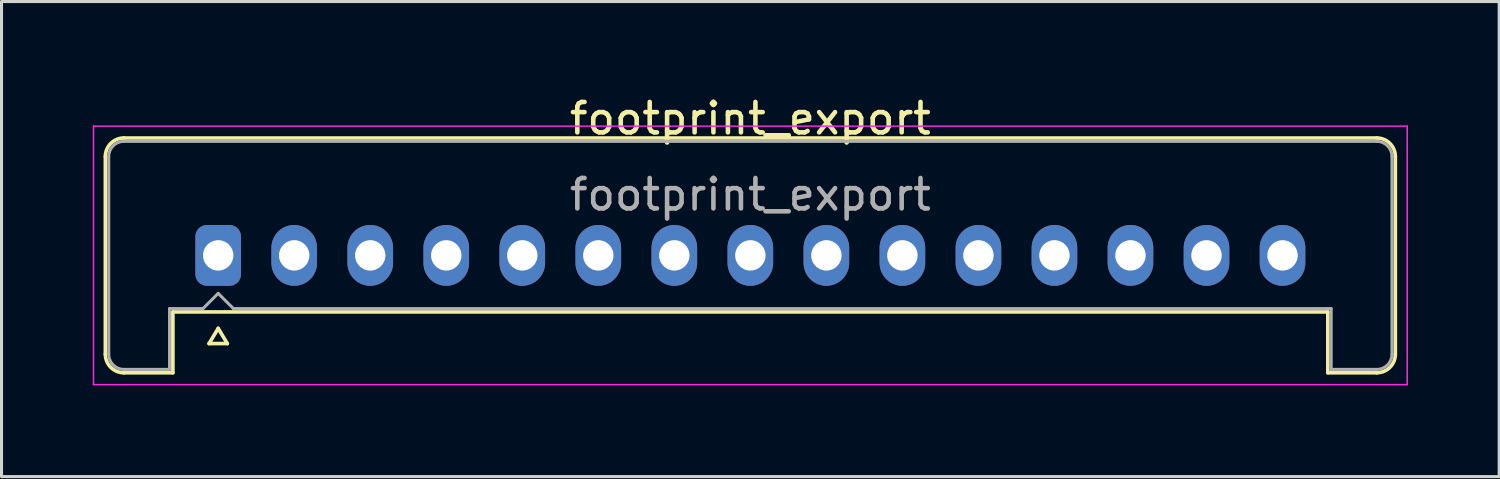
<source format=kicad_pcb>
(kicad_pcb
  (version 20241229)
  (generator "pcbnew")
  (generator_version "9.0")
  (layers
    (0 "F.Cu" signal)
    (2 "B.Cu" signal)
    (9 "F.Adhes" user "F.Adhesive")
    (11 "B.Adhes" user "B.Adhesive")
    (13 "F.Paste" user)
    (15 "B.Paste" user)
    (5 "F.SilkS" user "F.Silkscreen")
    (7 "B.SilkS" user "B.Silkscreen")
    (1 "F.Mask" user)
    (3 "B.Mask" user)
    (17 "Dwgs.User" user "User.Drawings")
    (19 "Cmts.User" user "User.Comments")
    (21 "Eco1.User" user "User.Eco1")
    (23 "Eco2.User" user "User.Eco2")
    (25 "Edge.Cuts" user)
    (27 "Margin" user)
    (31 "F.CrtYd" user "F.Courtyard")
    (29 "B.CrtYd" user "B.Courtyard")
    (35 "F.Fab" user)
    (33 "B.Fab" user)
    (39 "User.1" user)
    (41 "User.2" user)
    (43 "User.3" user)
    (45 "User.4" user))
  (footprint "footprint_export"
    (layer "F.Cu")
    (at 4.125 5.348)
    (property "Reference" "footprint_export" (at 17.5 -4.5 0) (layer "F.SilkS") (effects (font (size 1 1) (thickness 0.15))))
    (attr through_hole)
    (fp_line (start -3.71 -3.25) (end -3.71 3.25) (stroke (width 0.12) (type solid)) (layer "F.SilkS"))
    (fp_line (start -3.1 -3.86) (end 38.1 -3.86) (stroke (width 0.12) (type solid)) (layer "F.SilkS"))
    (fp_line (start -3.1 3.86) (end -1.49 3.86) (stroke (width 0.12) (type solid)) (layer "F.SilkS"))
    (fp_line (start -1.49 1.86) (end 36.49 1.86) (stroke (width 0.12) (type solid)) (layer "F.SilkS"))
    (fp_line (start -1.49 3.86) (end -1.49 1.86) (stroke (width 0.12) (type solid)) (layer "F.SilkS"))
    (fp_line (start -0.3 2.9) (end 0.3 2.9) (stroke (width 0.12) (type solid)) (layer "F.SilkS"))
    (fp_line (start 0 2.4) (end -0.3 2.9) (stroke (width 0.12) (type solid)) (layer "F.SilkS"))
    (fp_line (start 0.3 2.9) (end 0 2.4) (stroke (width 0.12) (type solid)) (layer "F.SilkS"))
    (fp_line (start 36.49 3.86) (end 36.49 1.86) (stroke (width 0.12) (type solid)) (layer "F.SilkS"))
    (fp_line (start 38.1 3.86) (end 36.49 3.86) (stroke (width 0.12) (type solid)) (layer "F.SilkS"))
    (fp_line (start 38.71 -3.25) (end 38.71 3.25) (stroke (width 0.12) (type solid)) (layer "F.SilkS"))
    (fp_arc (start -3.71 -3.25) (mid -3.531335 -3.681335) (end -3.1 -3.86) (stroke (width 0.12) (type solid)) (layer "F.SilkS"))
    (fp_arc (start -3.1 3.86) (mid -3.531335 3.681335) (end -3.71 3.25) (stroke (width 0.12) (type solid)) (layer "F.SilkS"))
    (fp_arc (start 38.1 -3.86) (mid 38.531335 -3.681335) (end 38.71 -3.25) (stroke (width 0.12) (type solid)) (layer "F.SilkS"))
    (fp_arc (start 38.71 3.25) (mid 38.531335 3.681335) (end 38.1 3.86) (stroke (width 0.12) (type solid)) (layer "F.SilkS"))
    (fp_line (start -4.1 -4.25) (end -4.1 4.25) (stroke (width 0.05) (type solid)) (layer "F.CrtYd"))
    (fp_line (start -4.1 4.25) (end 39.1 4.25) (stroke (width 0.05) (type solid)) (layer "F.CrtYd"))
    (fp_line (start 39.1 -4.25) (end -4.1 -4.25) (stroke (width 0.05) (type solid)) (layer "F.CrtYd"))
    (fp_line (start 39.1 4.25) (end 39.1 -4.25) (stroke (width 0.05) (type solid)) (layer "F.CrtYd"))
    (fp_line (start -3.6 -3.25) (end -3.6 3.25) (stroke (width 0.1) (type solid)) (layer "F.Fab"))
    (fp_line (start -3.1 -3.75) (end 38.1 -3.75) (stroke (width 0.1) (type solid)) (layer "F.Fab"))
    (fp_line (start -3.1 3.75) (end -1.6 3.75) (stroke (width 0.1) (type solid)) (layer "F.Fab"))
    (fp_line (start -1.6 1.75) (end -0.5 1.75) (stroke (width 0.1) (type solid)) (layer "F.Fab"))
    (fp_line (start -1.6 3.75) (end -1.6 1.75) (stroke (width 0.1) (type solid)) (layer "F.Fab"))
    (fp_line (start -0.5 1.75) (end 0 1.25) (stroke (width 0.1) (type solid)) (layer "F.Fab"))
    (fp_line (start 0 1.25) (end 0.5 1.75) (stroke (width 0.1) (type solid)) (layer "F.Fab"))
    (fp_line (start 0.5 1.75) (end 36.6 1.75) (stroke (width 0.1) (type solid)) (layer "F.Fab"))
    (fp_line (start 36.6 3.75) (end 36.6 1.75) (stroke (width 0.1) (type solid)) (layer "F.Fab"))
    (fp_line (start 38.1 3.75) (end 36.6 3.75) (stroke (width 0.1) (type solid)) (layer "F.Fab"))
    (fp_line (start 38.6 -3.25) (end 38.6 3.25) (stroke (width 0.1) (type solid)) (layer "F.Fab"))
    (fp_arc (start -3.6 -3.25) (mid -3.453553 -3.603553) (end -3.1 -3.75) (stroke (width 0.1) (type solid)) (layer "F.Fab"))
    (fp_arc (start -3.1 3.75) (mid -3.453553 3.603553) (end -3.6 3.25) (stroke (width 0.1) (type solid)) (layer "F.Fab"))
    (fp_arc (start 38.1 -3.75) (mid 38.453553 -3.603553) (end 38.6 -3.25) (stroke (width 0.1) (type solid)) (layer "F.Fab"))
    (fp_arc (start 38.6 3.25) (mid 38.453553 3.603553) (end 38.1 3.75) (stroke (width 0.1) (type solid)) (layer "F.Fab"))
    (fp_text user "${REFERENCE}" (at 17.5 -2 0) (layer "F.Fab") (effects (font (size 1 1) (thickness 0.15))))
    (pad "1" thru_hole roundrect (at 0 0) (size 1.5 2) (drill 1) (layers "*.Cu" "*.Mask") (roundrect_rratio 0.25))
    (pad "2" thru_hole oval (at 2.5 0) (size 1.5 2) (drill 1) (layers "*.Cu" "*.Mask"))
    (pad "3" thru_hole oval (at 5 0) (size 1.5 2) (drill 1) (layers "*.Cu" "*.Mask"))
    (pad "4" thru_hole oval (at 7.5 0) (size 1.5 2) (drill 1) (layers "*.Cu" "*.Mask"))
    (pad "5" thru_hole oval (at 10 0) (size 1.5 2) (drill 1) (layers "*.Cu" "*.Mask"))
    (pad "6" thru_hole oval (at 12.5 0) (size 1.5 2) (drill 1) (layers "*.Cu" "*.Mask"))
    (pad "7" thru_hole oval (at 15 0) (size 1.5 2) (drill 1) (layers "*.Cu" "*.Mask"))
    (pad "8" thru_hole oval (at 17.5 0) (size 1.5 2) (drill 1) (layers "*.Cu" "*.Mask"))
    (pad "9" thru_hole oval (at 20 0) (size 1.5 2) (drill 1) (layers "*.Cu" "*.Mask"))
    (pad "10" thru_hole oval (at 22.5 0) (size 1.5 2) (drill 1) (layers "*.Cu" "*.Mask"))
    (pad "11" thru_hole oval (at 25 0) (size 1.5 2) (drill 1) (layers "*.Cu" "*.Mask"))
    (pad "12" thru_hole oval (at 27.5 0) (size 1.5 2) (drill 1) (layers "*.Cu" "*.Mask"))
    (pad "13" thru_hole oval (at 30 0) (size 1.5 2) (drill 1) (layers "*.Cu" "*.Mask"))
    (pad "14" thru_hole oval (at 32.5 0) (size 1.5 2) (drill 1) (layers "*.Cu" "*.Mask"))
    (pad "15" thru_hole oval (at 35 0) (size 1.5 2) (drill 1) (layers "*.Cu" "*.Mask")))
  (gr_rect
    (start -3 -3)
    (end 46.25 12.623)
    (stroke (width 0.1) (type default))
    (fill no)
    (layer "Edge.Cuts")))
</source>
